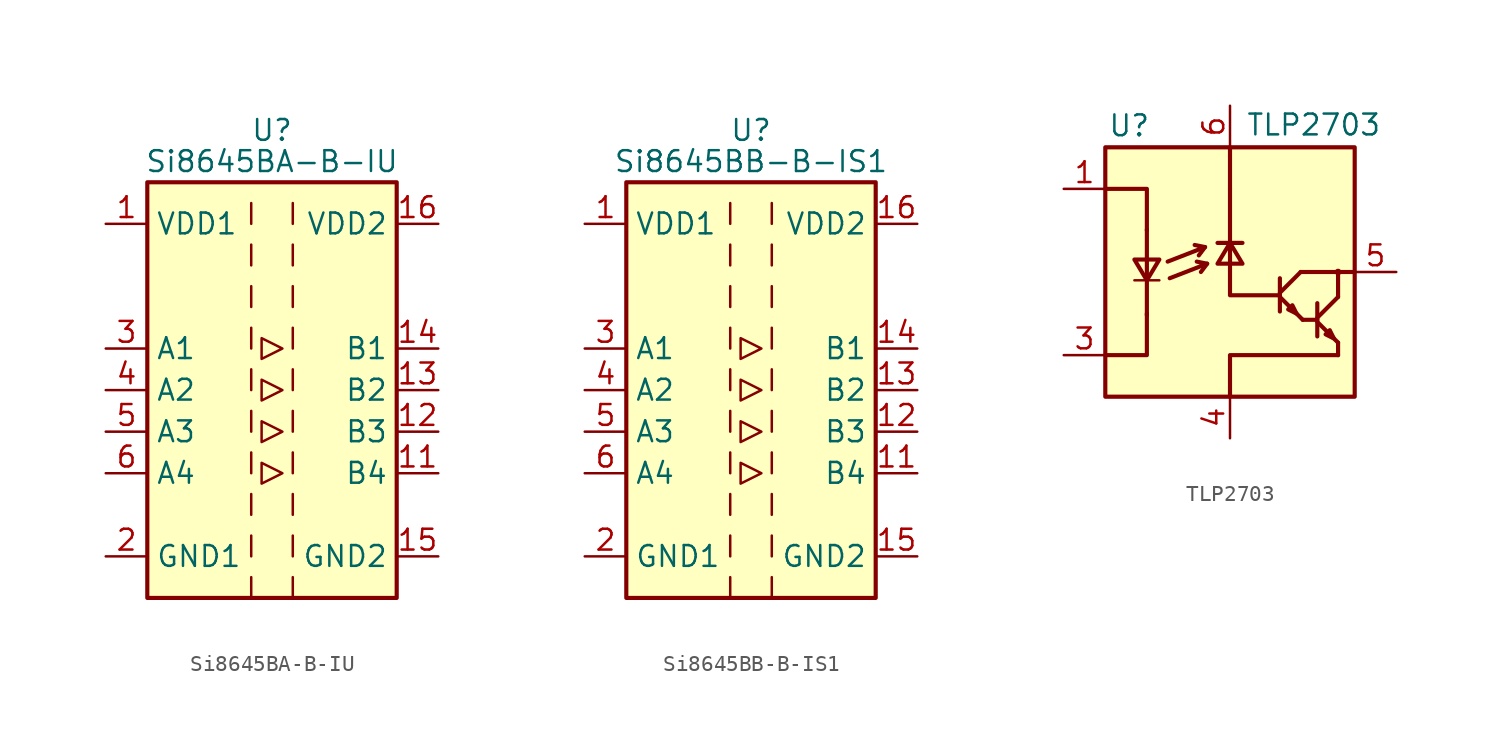
<source format=kicad_sym>
(kicad_symbol_lib
  (version 20200908)
  (generator kicad_symbol_editor)
  (symbol "Isolator:Si8645BA-B-IU"
    (property "Reference" "U"
      (at 0 15.875 0)
      (effects (font (size 1.27 1.27))))
    (property "Value" "Si8645BA-B-IU"
      (at 0 13.97 0)
      (effects (font (size 1.27 1.27))))
    (symbol "Si8645BA-B-IU_0_1"
      (rectangle (start -7.62 12.7) (end 7.62 -12.7) (stroke (width 0.254)) (fill (type background)))
      (polyline (pts (xy -1.27 -11.43) (xy -1.27 -12.7)) (stroke (width 0)) (fill (type none)))
      (polyline (pts (xy -1.27 -8.89) (xy -1.27 -10.16)) (stroke (width 0)) (fill (type none)))
      (polyline (pts (xy -1.27 -6.35) (xy -1.27 -7.62)) (stroke (width 0)) (fill (type none)))
      (polyline (pts (xy -1.27 -3.81) (xy -1.27 -5.08)) (stroke (width 0)) (fill (type none)))
      (polyline (pts (xy -1.27 -1.27) (xy -1.27 -2.54)) (stroke (width 0)) (fill (type none)))
      (polyline (pts (xy -1.27 1.27) (xy -1.27 0)) (stroke (width 0)) (fill (type none)))
      (polyline (pts (xy -1.27 3.81) (xy -1.27 2.54)) (stroke (width 0)) (fill (type none)))
      (polyline (pts (xy -1.27 6.35) (xy -1.27 5.08)) (stroke (width 0)) (fill (type none)))
      (polyline (pts (xy -1.27 8.89) (xy -1.27 7.62)) (stroke (width 0)) (fill (type none)))
      (polyline (pts (xy -1.27 11.43) (xy -1.27 10.16)) (stroke (width 0)) (fill (type none)))
      (polyline (pts (xy 1.27 -11.43) (xy 1.27 -12.7)) (stroke (width 0)) (fill (type none)))
      (polyline (pts (xy 1.27 -8.89) (xy 1.27 -10.16)) (stroke (width 0)) (fill (type none)))
      (polyline (pts (xy 1.27 -6.35) (xy 1.27 -7.62)) (stroke (width 0)) (fill (type none)))
      (polyline (pts (xy 1.27 -3.81) (xy 1.27 -5.08)) (stroke (width 0)) (fill (type none)))
      (polyline (pts (xy 1.27 -1.27) (xy 1.27 -2.54)) (stroke (width 0)) (fill (type none)))
      (polyline (pts (xy 1.27 1.27) (xy 1.27 0)) (stroke (width 0)) (fill (type none)))
      (polyline (pts (xy 1.27 3.81) (xy 1.27 2.54)) (stroke (width 0)) (fill (type none)))
      (polyline (pts (xy 1.27 6.35) (xy 1.27 5.08)) (stroke (width 0)) (fill (type none)))
      (polyline (pts (xy 1.27 8.89) (xy 1.27 7.62)) (stroke (width 0)) (fill (type none)))
      (polyline (pts (xy 1.27 11.43) (xy 1.27 10.16)) (stroke (width 0)) (fill (type none)))
      (polyline (pts (xy -0.635 0.635) (xy -0.635 -0.635) (xy 0.635 0) (xy -0.635 0.635)) (stroke (width 0)) (fill (type none)))
      (polyline (pts (xy -0.635 3.175) (xy -0.635 1.905) (xy 0.635 2.54) (xy -0.635 3.175)) (stroke (width 0)) (fill (type none)))
      (polyline (pts (xy 0.635 -5.08) (xy -0.635 -4.445) (xy -0.635 -5.715) (xy 0.635 -5.08)) (stroke (width 0)) (fill (type none)))
      (polyline (pts (xy 0.635 -2.54) (xy -0.635 -1.905) (xy -0.635 -3.175) (xy 0.635 -2.54)) (stroke (width 0)) (fill (type none))))
    (symbol "Si8645BA-B-IU_1_1"
      (pin power_in line (at -10.16 10.16 0) (length 2.54) (name "VDD1" (effects (font (size 1.27 1.27)))) (number "1" (effects (font (size 1.27 1.27)))))
      (pin unconnected line (at 7.62 7.62 180) (length 2.54) hide (name "NC" (effects (font (size 1.27 1.27)))) (number "10" (effects (font (size 1.27 1.27)))))
      (pin output line (at 10.16 -5.08 180) (length 2.54) (name "B4" (effects (font (size 1.27 1.27)))) (number "11" (effects (font (size 1.27 1.27)))))
      (pin output line (at 10.16 -2.54 180) (length 2.54) (name "B3" (effects (font (size 1.27 1.27)))) (number "12" (effects (font (size 1.27 1.27)))))
      (pin output line (at 10.16 0 180) (length 2.54) (name "B2" (effects (font (size 1.27 1.27)))) (number "13" (effects (font (size 1.27 1.27)))))
      (pin output line (at 10.16 2.54 180) (length 2.54) (name "B1" (effects (font (size 1.27 1.27)))) (number "14" (effects (font (size 1.27 1.27)))))
      (pin power_in line (at 10.16 -10.16 180) (length 2.54) (name "GND2" (effects (font (size 1.27 1.27)))) (number "15" (effects (font (size 1.27 1.27)))))
      (pin power_in line (at 10.16 10.16 180) (length 2.54) (name "VDD2" (effects (font (size 1.27 1.27)))) (number "16" (effects (font (size 1.27 1.27)))))
      (pin power_in line (at -10.16 -10.16 0) (length 2.54) (name "GND1" (effects (font (size 1.27 1.27)))) (number "2" (effects (font (size 1.27 1.27)))))
      (pin input line (at -10.16 2.54 0) (length 2.54) (name "A1" (effects (font (size 1.27 1.27)))) (number "3" (effects (font (size 1.27 1.27)))))
      (pin input line (at -10.16 0 0) (length 2.54) (name "A2" (effects (font (size 1.27 1.27)))) (number "4" (effects (font (size 1.27 1.27)))))
      (pin input line (at -10.16 -2.54 0) (length 2.54) (name "A3" (effects (font (size 1.27 1.27)))) (number "5" (effects (font (size 1.27 1.27)))))
      (pin input line (at -10.16 -5.08 0) (length 2.54) (name "A4" (effects (font (size 1.27 1.27)))) (number "6" (effects (font (size 1.27 1.27)))))
      (pin unconnected line (at -7.62 7.62 0) (length 2.54) hide (name "NC" (effects (font (size 1.27 1.27)))) (number "7" (effects (font (size 1.27 1.27)))))
      (pin passive line (at -10.16 -10.16 0) (length 2.54) hide (name "GND1" (effects (font (size 1.27 1.27)))) (number "8" (effects (font (size 1.27 1.27)))))
      (pin passive line (at 10.16 -10.16 180) (length 2.54) hide (name "GND2" (effects (font (size 1.27 1.27)))) (number "9" (effects (font (size 1.27 1.27)))))))
  (symbol "Isolator:Si8645BB-B-IS1"
    (property "Reference" "U"
      (at 0 15.875 0)
      (effects (font (size 1.27 1.27))))
    (property "Value" "Si8645BB-B-IS1"
      (at 0 13.97 0)
      (effects (font (size 1.27 1.27))))
    (symbol "Si8645BB-B-IS1_0_1"
      (rectangle (start -7.62 12.7) (end 7.62 -12.7) (stroke (width 0.254)) (fill (type background)))
      (polyline (pts (xy -1.27 -11.43) (xy -1.27 -12.7)) (stroke (width 0)) (fill (type none)))
      (polyline (pts (xy -1.27 -8.89) (xy -1.27 -10.16)) (stroke (width 0)) (fill (type none)))
      (polyline (pts (xy -1.27 -6.35) (xy -1.27 -7.62)) (stroke (width 0)) (fill (type none)))
      (polyline (pts (xy -1.27 -3.81) (xy -1.27 -5.08)) (stroke (width 0)) (fill (type none)))
      (polyline (pts (xy -1.27 -1.27) (xy -1.27 -2.54)) (stroke (width 0)) (fill (type none)))
      (polyline (pts (xy -1.27 1.27) (xy -1.27 0)) (stroke (width 0)) (fill (type none)))
      (polyline (pts (xy -1.27 3.81) (xy -1.27 2.54)) (stroke (width 0)) (fill (type none)))
      (polyline (pts (xy -1.27 6.35) (xy -1.27 5.08)) (stroke (width 0)) (fill (type none)))
      (polyline (pts (xy -1.27 8.89) (xy -1.27 7.62)) (stroke (width 0)) (fill (type none)))
      (polyline (pts (xy -1.27 11.43) (xy -1.27 10.16)) (stroke (width 0)) (fill (type none)))
      (polyline (pts (xy 1.27 -11.43) (xy 1.27 -12.7)) (stroke (width 0)) (fill (type none)))
      (polyline (pts (xy 1.27 -8.89) (xy 1.27 -10.16)) (stroke (width 0)) (fill (type none)))
      (polyline (pts (xy 1.27 -6.35) (xy 1.27 -7.62)) (stroke (width 0)) (fill (type none)))
      (polyline (pts (xy 1.27 -3.81) (xy 1.27 -5.08)) (stroke (width 0)) (fill (type none)))
      (polyline (pts (xy 1.27 -1.27) (xy 1.27 -2.54)) (stroke (width 0)) (fill (type none)))
      (polyline (pts (xy 1.27 1.27) (xy 1.27 0)) (stroke (width 0)) (fill (type none)))
      (polyline (pts (xy 1.27 3.81) (xy 1.27 2.54)) (stroke (width 0)) (fill (type none)))
      (polyline (pts (xy 1.27 6.35) (xy 1.27 5.08)) (stroke (width 0)) (fill (type none)))
      (polyline (pts (xy 1.27 8.89) (xy 1.27 7.62)) (stroke (width 0)) (fill (type none)))
      (polyline (pts (xy 1.27 11.43) (xy 1.27 10.16)) (stroke (width 0)) (fill (type none)))
      (polyline (pts (xy -0.635 0.635) (xy -0.635 -0.635) (xy 0.635 0) (xy -0.635 0.635)) (stroke (width 0)) (fill (type none)))
      (polyline (pts (xy -0.635 3.175) (xy -0.635 1.905) (xy 0.635 2.54) (xy -0.635 3.175)) (stroke (width 0)) (fill (type none)))
      (polyline (pts (xy 0.635 -5.08) (xy -0.635 -4.445) (xy -0.635 -5.715) (xy 0.635 -5.08)) (stroke (width 0)) (fill (type none)))
      (polyline (pts (xy 0.635 -2.54) (xy -0.635 -1.905) (xy -0.635 -3.175) (xy 0.635 -2.54)) (stroke (width 0)) (fill (type none))))
    (symbol "Si8645BB-B-IS1_1_1"
      (pin power_in line (at -10.16 10.16 0) (length 2.54) (name "VDD1" (effects (font (size 1.27 1.27)))) (number "1" (effects (font (size 1.27 1.27)))))
      (pin unconnected line (at 7.62 7.62 180) (length 2.54) hide (name "NC" (effects (font (size 1.27 1.27)))) (number "10" (effects (font (size 1.27 1.27)))))
      (pin output line (at 10.16 -5.08 180) (length 2.54) (name "B4" (effects (font (size 1.27 1.27)))) (number "11" (effects (font (size 1.27 1.27)))))
      (pin output line (at 10.16 -2.54 180) (length 2.54) (name "B3" (effects (font (size 1.27 1.27)))) (number "12" (effects (font (size 1.27 1.27)))))
      (pin output line (at 10.16 0 180) (length 2.54) (name "B2" (effects (font (size 1.27 1.27)))) (number "13" (effects (font (size 1.27 1.27)))))
      (pin output line (at 10.16 2.54 180) (length 2.54) (name "B1" (effects (font (size 1.27 1.27)))) (number "14" (effects (font (size 1.27 1.27)))))
      (pin power_in line (at 10.16 -10.16 180) (length 2.54) (name "GND2" (effects (font (size 1.27 1.27)))) (number "15" (effects (font (size 1.27 1.27)))))
      (pin power_in line (at 10.16 10.16 180) (length 2.54) (name "VDD2" (effects (font (size 1.27 1.27)))) (number "16" (effects (font (size 1.27 1.27)))))
      (pin power_in line (at -10.16 -10.16 0) (length 2.54) (name "GND1" (effects (font (size 1.27 1.27)))) (number "2" (effects (font (size 1.27 1.27)))))
      (pin input line (at -10.16 2.54 0) (length 2.54) (name "A1" (effects (font (size 1.27 1.27)))) (number "3" (effects (font (size 1.27 1.27)))))
      (pin input line (at -10.16 0 0) (length 2.54) (name "A2" (effects (font (size 1.27 1.27)))) (number "4" (effects (font (size 1.27 1.27)))))
      (pin input line (at -10.16 -2.54 0) (length 2.54) (name "A3" (effects (font (size 1.27 1.27)))) (number "5" (effects (font (size 1.27 1.27)))))
      (pin input line (at -10.16 -5.08 0) (length 2.54) (name "A4" (effects (font (size 1.27 1.27)))) (number "6" (effects (font (size 1.27 1.27)))))
      (pin unconnected line (at -7.62 7.62 0) (length 2.54) hide (name "NC" (effects (font (size 1.27 1.27)))) (number "7" (effects (font (size 1.27 1.27)))))
      (pin passive line (at -10.16 -10.16 0) (length 2.54) hide (name "GND1" (effects (font (size 1.27 1.27)))) (number "8" (effects (font (size 1.27 1.27)))))
      (pin passive line (at 10.16 -10.16 180) (length 2.54) hide (name "GND2" (effects (font (size 1.27 1.27)))) (number "9" (effects (font (size 1.27 1.27)))))))
  (symbol "Isolator:TLP2703"
    (pin_names
      (offset 1.016) hide)
    (property "Reference" "U"
      (at -7.468 8.941 0)
      (effects (font (size 1.27 1.27)) (justify left)))
    (property "Value" "TLP2703"
      (at 0.965 8.992 0)
      (effects (font (size 1.27 1.27)) (justify left)))
    (symbol "TLP2703_0_1"
      (circle (center 6.604 0) (radius 0.127) (stroke (width 0)) (fill (type none)))
      (rectangle (start -7.62 7.62) (end 7.62 -7.62) (stroke (width 0.254)) (fill (type background)))
      (polyline (pts (xy -5.842 -0.508) (xy -4.318 -0.508)) (stroke (width 0)) (fill (type none)))
      (polyline (pts (xy -5.08 -2.642) (xy -5.08 -0.61)) (stroke (width 0.254)) (fill (type none)))
      (polyline (pts (xy -5.08 0.762) (xy -5.08 -0.508)) (stroke (width 0.254)) (fill (type none)))
      (polyline (pts (xy -5.08 2.591) (xy -5.08 0.864)) (stroke (width 0.254)) (fill (type none)))
      (polyline (pts (xy -1.524 1.524) (xy -1.905 1.016)) (stroke (width 0.254)) (fill (type none)))
      (polyline (pts (xy -1.397 0.508) (xy -1.778 0)) (stroke (width 0.254)) (fill (type none)))
      (polyline (pts (xy -0.762 1.778) (xy 0.762 1.778)) (stroke (width 0.254)) (fill (type none)))
      (polyline (pts (xy 0 -7.62) (xy 0 -5.08)) (stroke (width 0.254)) (fill (type none)))
      (polyline (pts (xy 0 1.778) (xy 0 0.508)) (stroke (width 0.254)) (fill (type none)))
      (polyline (pts (xy 0 1.93) (xy 0 5.08)) (stroke (width 0.254)) (fill (type none)))
      (polyline (pts (xy 0 7.62) (xy 0 5.08)) (stroke (width 0.254)) (fill (type none)))
      (polyline (pts (xy 0.102 -5.08) (xy 6.604 -5.08)) (stroke (width 0.254)) (fill (type none)))
      (polyline (pts (xy 3.048 -1.524) (xy 4.445 -2.921)) (stroke (width 0.254)) (fill (type none)))
      (polyline (pts (xy 3.048 -1.27) (xy 4.318 0)) (stroke (width 0.254)) (fill (type none)))
      (polyline (pts (xy 3.048 -0.381) (xy 3.048 -2.413)) (stroke (width 0.254)) (fill (type none)))
      (polyline (pts (xy 4.318 0) (xy 7.62 0)) (stroke (width 0.254)) (fill (type none)))
      (polyline (pts (xy 5.334 -3.048) (xy 6.604 -4.318)) (stroke (width 0.254)) (fill (type none)))
      (polyline (pts (xy 5.334 -2.921) (xy 4.445 -2.921)) (stroke (width 0.254)) (fill (type none)))
      (polyline (pts (xy 5.334 -2.794) (xy 6.604 -1.524)) (stroke (width 0.254)) (fill (type none)))
      (polyline (pts (xy 6.604 -4.318) (xy 6.604 -5.08)) (stroke (width 0.254)) (fill (type none)))
      (polyline (pts (xy 6.604 -1.524) (xy 6.604 0)) (stroke (width 0.254)) (fill (type none)))
      (polyline (pts (xy -7.62 -5.08) (xy -5.08 -5.08) (xy -5.08 -2.54)) (stroke (width 0.254)) (fill (type none)))
      (polyline (pts (xy -7.62 5.08) (xy -5.08 5.08) (xy -5.08 2.54)) (stroke (width 0.254)) (fill (type none)))
      (polyline (pts (xy -3.81 0.635) (xy -1.524 1.524) (xy -2.159 1.651)) (stroke (width 0.254)) (fill (type none)))
      (polyline (pts (xy -3.683 -0.381) (xy -1.397 0.508) (xy -2.032 0.635)) (stroke (width 0.254)) (fill (type none)))
      (polyline (pts (xy 0 0.508) (xy 0 -1.422) (xy 3.048 -1.422)) (stroke (width 0.254)) (fill (type none)))
      (polyline (pts (xy 5.334 -1.905) (xy 5.334 -3.937) (xy 5.334 -3.937)) (stroke (width 0.254)) (fill (type none)))
      (polyline (pts (xy -5.842 0.762) (xy -4.318 0.762) (xy -5.08 -0.508) (xy -5.842 0.762)) (stroke (width 0.254)) (fill (type none)))
      (polyline (pts (xy 0 1.778) (xy -0.762 0.508) (xy 0.762 0.508) (xy 0 1.778)) (stroke (width 0.254)) (fill (type none)))
      (polyline (pts (xy 4.064 -2.54) (xy 3.81 -2.032) (xy 3.556 -2.286) (xy 4.064 -2.54)) (stroke (width 0.254)) (fill (type none)))
      (polyline (pts (xy 6.35 -4.064) (xy 6.096 -3.556) (xy 5.842 -3.81) (xy 6.35 -4.064)) (stroke (width 0.254)) (fill (type none))))
    (symbol "TLP2703_1_1"
      (pin passive line (at -10.16 5.08 0) (length 2.54) (name "A" (effects (font (size 1.27 1.27)))) (number "1" (effects (font (size 1.27 1.27)))))
      (pin unconnected line (at -7.62 0 0) (length 2.54) hide (name "NC" (effects (font (size 1.27 1.27)))) (number "2" (effects (font (size 1.27 1.27)))))
      (pin passive line (at -10.16 -5.08 0) (length 2.54) (name "K" (effects (font (size 1.27 1.27)))) (number "3" (effects (font (size 1.27 1.27)))))
      (pin power_in line (at 0 -10.16 90) (length 2.54) (name "GND" (effects (font (size 1.27 1.27)))) (number "4" (effects (font (size 1.27 1.27)))))
      (pin open_collector line (at 10.16 0 180) (length 2.54) (name "Out" (effects (font (size 1.27 1.27)))) (number "5" (effects (font (size 1.27 1.27)))))
      (pin power_in line (at 0 10.16 270) (length 2.54) (name "VCC" (effects (font (size 1.27 1.27)))) (number "6" (effects (font (size 1.27 1.27))))))))
</source>
